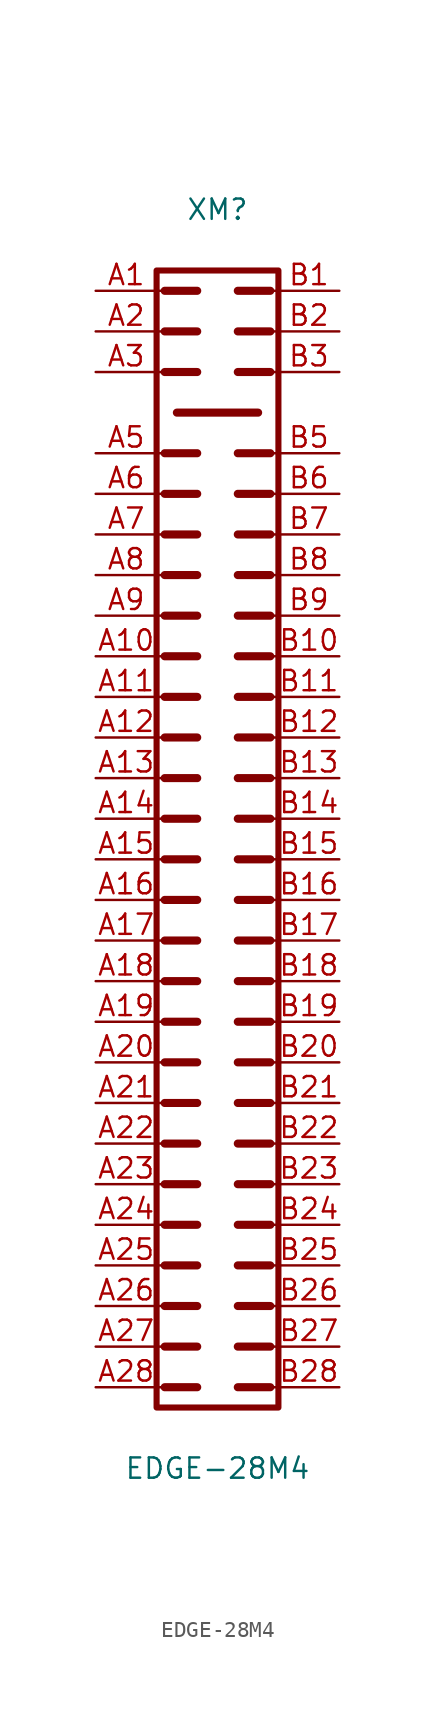
<source format=kicad_sym>
(kicad_symbol_lib
  (version 20231120)
  (generator "kicad_symbol_editor")
  (generator_version "8.0")
  (symbol "EDGE-28M4"
    (pin_names
      (offset 1.016))
    (property "Reference" "XM"
      (at 0 39.37 0)
      (effects (font (size 1.27 1.27))))
    (property "Value" "EDGE-28M4"
      (at 0 -39.37 0)
      (effects (font (size 1.27 1.27))))
    (symbol "EDGE-28M4_0_0"
      (polyline (pts (xy -2.54 26.67) (xy 2.54 26.67)) (stroke (width 0.508) (type default)) (fill (type none))))
    (symbol "EDGE-28M4_0_1"
      (rectangle (start -3.81 35.56) (end 3.81 -35.56) (stroke (width 0.381) (type default)) (fill (type none)))
      (polyline (pts (xy -3.81 -34.29) (xy -3.302 -34.29)) (stroke (width 0) (type default)) (fill (type none)))
      (polyline (pts (xy -3.81 -31.75) (xy -3.302 -31.75)) (stroke (width 0) (type default)) (fill (type none)))
      (polyline (pts (xy -3.81 -29.21) (xy -3.302 -29.21)) (stroke (width 0) (type default)) (fill (type none)))
      (polyline (pts (xy -3.81 -26.67) (xy -3.302 -26.67)) (stroke (width 0) (type default)) (fill (type none)))
      (polyline (pts (xy -3.81 -24.13) (xy -3.302 -24.13)) (stroke (width 0) (type default)) (fill (type none)))
      (polyline (pts (xy -3.81 -21.59) (xy -3.302 -21.59)) (stroke (width 0) (type default)) (fill (type none)))
      (polyline (pts (xy -3.81 -19.05) (xy -3.302 -19.05)) (stroke (width 0) (type default)) (fill (type none)))
      (polyline (pts (xy -3.81 -16.51) (xy -3.302 -16.51)) (stroke (width 0) (type default)) (fill (type none)))
      (polyline (pts (xy -3.81 -13.97) (xy -3.302 -13.97)) (stroke (width 0) (type default)) (fill (type none)))
      (polyline (pts (xy -3.81 -11.43) (xy -3.302 -11.43)) (stroke (width 0) (type default)) (fill (type none)))
      (polyline (pts (xy -3.81 -8.89) (xy -3.302 -8.89)) (stroke (width 0) (type default)) (fill (type none)))
      (polyline (pts (xy -3.81 -6.35) (xy -3.302 -6.35)) (stroke (width 0) (type default)) (fill (type none)))
      (polyline (pts (xy -3.81 -3.81) (xy -3.302 -3.81)) (stroke (width 0) (type default)) (fill (type none)))
      (polyline (pts (xy -3.81 -1.27) (xy -3.302 -1.27)) (stroke (width 0) (type default)) (fill (type none)))
      (polyline (pts (xy -3.81 1.27) (xy -3.302 1.27)) (stroke (width 0) (type default)) (fill (type none)))
      (polyline (pts (xy -3.81 3.81) (xy -3.302 3.81)) (stroke (width 0) (type default)) (fill (type none)))
      (polyline (pts (xy -3.81 6.35) (xy -3.302 6.35)) (stroke (width 0) (type default)) (fill (type none)))
      (polyline (pts (xy -3.81 8.89) (xy -3.302 8.89)) (stroke (width 0) (type default)) (fill (type none)))
      (polyline (pts (xy -3.81 11.43) (xy -3.302 11.43)) (stroke (width 0) (type default)) (fill (type none)))
      (polyline (pts (xy -3.81 13.97) (xy -3.302 13.97)) (stroke (width 0) (type default)) (fill (type none)))
      (polyline (pts (xy -3.81 16.51) (xy -3.302 16.51)) (stroke (width 0) (type default)) (fill (type none)))
      (polyline (pts (xy -3.81 19.05) (xy -3.302 19.05)) (stroke (width 0) (type default)) (fill (type none)))
      (polyline (pts (xy -3.81 21.59) (xy -3.302 21.59)) (stroke (width 0) (type default)) (fill (type none)))
      (polyline (pts (xy -3.81 24.13) (xy -3.302 24.13)) (stroke (width 0) (type default)) (fill (type none)))
      (polyline (pts (xy -3.81 29.21) (xy -3.302 29.21)) (stroke (width 0) (type default)) (fill (type none)))
      (polyline (pts (xy -3.81 31.75) (xy -3.302 31.75)) (stroke (width 0) (type default)) (fill (type none)))
      (polyline (pts (xy -3.81 34.29) (xy -3.302 34.29)) (stroke (width 0) (type default)) (fill (type none)))
      (polyline (pts (xy -3.302 -34.29) (xy -1.27 -34.29)) (stroke (width 0.508) (type default)) (fill (type none)))
      (polyline (pts (xy -3.302 -31.75) (xy -1.27 -31.75)) (stroke (width 0.508) (type default)) (fill (type none)))
      (polyline (pts (xy -3.302 -29.21) (xy -1.27 -29.21)) (stroke (width 0.508) (type default)) (fill (type none)))
      (polyline (pts (xy -3.302 -26.67) (xy -1.27 -26.67)) (stroke (width 0.508) (type default)) (fill (type none)))
      (polyline (pts (xy -3.302 -24.13) (xy -1.27 -24.13)) (stroke (width 0.508) (type default)) (fill (type none)))
      (polyline (pts (xy -3.302 -21.59) (xy -1.27 -21.59)) (stroke (width 0.508) (type default)) (fill (type none)))
      (polyline (pts (xy -3.302 -19.05) (xy -1.27 -19.05)) (stroke (width 0.508) (type default)) (fill (type none)))
      (polyline (pts (xy -3.302 -16.51) (xy -1.27 -16.51)) (stroke (width 0.508) (type default)) (fill (type none)))
      (polyline (pts (xy -3.302 -13.97) (xy -1.27 -13.97)) (stroke (width 0.508) (type default)) (fill (type none)))
      (polyline (pts (xy -3.302 -11.43) (xy -1.27 -11.43)) (stroke (width 0.508) (type default)) (fill (type none)))
      (polyline (pts (xy -3.302 -8.89) (xy -1.27 -8.89)) (stroke (width 0.508) (type default)) (fill (type none)))
      (polyline (pts (xy -3.302 -6.35) (xy -1.27 -6.35)) (stroke (width 0.508) (type default)) (fill (type none)))
      (polyline (pts (xy -3.302 -3.81) (xy -1.27 -3.81)) (stroke (width 0.508) (type default)) (fill (type none)))
      (polyline (pts (xy -3.302 -1.27) (xy -1.27 -1.27)) (stroke (width 0.508) (type default)) (fill (type none)))
      (polyline (pts (xy -3.302 1.27) (xy -1.27 1.27)) (stroke (width 0.508) (type default)) (fill (type none)))
      (polyline (pts (xy -3.302 3.81) (xy -1.27 3.81)) (stroke (width 0.508) (type default)) (fill (type none)))
      (polyline (pts (xy -3.302 6.35) (xy -1.27 6.35)) (stroke (width 0.508) (type default)) (fill (type none)))
      (polyline (pts (xy -3.302 8.89) (xy -1.27 8.89)) (stroke (width 0.508) (type default)) (fill (type none)))
      (polyline (pts (xy -3.302 11.43) (xy -1.27 11.43)) (stroke (width 0.508) (type default)) (fill (type none)))
      (polyline (pts (xy -3.302 13.97) (xy -1.27 13.97)) (stroke (width 0.508) (type default)) (fill (type none)))
      (polyline (pts (xy -3.302 16.51) (xy -1.27 16.51)) (stroke (width 0.508) (type default)) (fill (type none)))
      (polyline (pts (xy -3.302 19.05) (xy -1.27 19.05)) (stroke (width 0.508) (type default)) (fill (type none)))
      (polyline (pts (xy -3.302 21.59) (xy -1.27 21.59)) (stroke (width 0.508) (type default)) (fill (type none)))
      (polyline (pts (xy -3.302 24.13) (xy -1.27 24.13)) (stroke (width 0.508) (type default)) (fill (type none)))
      (polyline (pts (xy -3.302 29.21) (xy -1.27 29.21)) (stroke (width 0.508) (type default)) (fill (type none)))
      (polyline (pts (xy -3.302 31.75) (xy -1.27 31.75)) (stroke (width 0.508) (type default)) (fill (type none)))
      (polyline (pts (xy -3.302 34.29) (xy -1.27 34.29)) (stroke (width 0.508) (type default)) (fill (type none)))
      (polyline (pts (xy 3.302 -34.29) (xy 1.27 -34.29)) (stroke (width 0.508) (type default)) (fill (type none)))
      (polyline (pts (xy 3.302 -31.75) (xy 1.27 -31.75)) (stroke (width 0.508) (type default)) (fill (type none)))
      (polyline (pts (xy 3.302 -29.21) (xy 1.27 -29.21)) (stroke (width 0.508) (type default)) (fill (type none)))
      (polyline (pts (xy 3.302 -26.67) (xy 1.27 -26.67)) (stroke (width 0.508) (type default)) (fill (type none)))
      (polyline (pts (xy 3.302 -24.13) (xy 1.27 -24.13)) (stroke (width 0.508) (type default)) (fill (type none)))
      (polyline (pts (xy 3.302 -21.59) (xy 1.27 -21.59)) (stroke (width 0.508) (type default)) (fill (type none)))
      (polyline (pts (xy 3.302 -19.05) (xy 1.27 -19.05)) (stroke (width 0.508) (type default)) (fill (type none)))
      (polyline (pts (xy 3.302 -16.51) (xy 1.27 -16.51)) (stroke (width 0.508) (type default)) (fill (type none)))
      (polyline (pts (xy 3.302 -13.97) (xy 1.27 -13.97)) (stroke (width 0.508) (type default)) (fill (type none)))
      (polyline (pts (xy 3.302 -11.43) (xy 1.27 -11.43)) (stroke (width 0.508) (type default)) (fill (type none)))
      (polyline (pts (xy 3.302 -8.89) (xy 1.27 -8.89)) (stroke (width 0.508) (type default)) (fill (type none)))
      (polyline (pts (xy 3.302 -6.35) (xy 1.27 -6.35)) (stroke (width 0.508) (type default)) (fill (type none)))
      (polyline (pts (xy 3.302 -3.81) (xy 1.27 -3.81)) (stroke (width 0.508) (type default)) (fill (type none)))
      (polyline (pts (xy 3.302 -1.27) (xy 1.27 -1.27)) (stroke (width 0.508) (type default)) (fill (type none)))
      (polyline (pts (xy 3.302 1.27) (xy 1.27 1.27)) (stroke (width 0.508) (type default)) (fill (type none)))
      (polyline (pts (xy 3.302 3.81) (xy 1.27 3.81)) (stroke (width 0.508) (type default)) (fill (type none)))
      (polyline (pts (xy 3.302 6.35) (xy 1.27 6.35)) (stroke (width 0.508) (type default)) (fill (type none)))
      (polyline (pts (xy 3.302 8.89) (xy 1.27 8.89)) (stroke (width 0.508) (type default)) (fill (type none)))
      (polyline (pts (xy 3.302 11.43) (xy 1.27 11.43)) (stroke (width 0.508) (type default)) (fill (type none)))
      (polyline (pts (xy 3.302 13.97) (xy 1.27 13.97)) (stroke (width 0.508) (type default)) (fill (type none)))
      (polyline (pts (xy 3.302 16.51) (xy 1.27 16.51)) (stroke (width 0.508) (type default)) (fill (type none)))
      (polyline (pts (xy 3.302 19.05) (xy 1.27 19.05)) (stroke (width 0.508) (type default)) (fill (type none)))
      (polyline (pts (xy 3.302 21.59) (xy 1.27 21.59)) (stroke (width 0.508) (type default)) (fill (type none)))
      (polyline (pts (xy 3.302 24.13) (xy 1.27 24.13)) (stroke (width 0.508) (type default)) (fill (type none)))
      (polyline (pts (xy 3.302 29.21) (xy 1.27 29.21)) (stroke (width 0.508) (type default)) (fill (type none)))
      (polyline (pts (xy 3.302 31.75) (xy 1.27 31.75)) (stroke (width 0.508) (type default)) (fill (type none)))
      (polyline (pts (xy 3.302 34.29) (xy 1.27 34.29)) (stroke (width 0.508) (type default)) (fill (type none)))
      (polyline (pts (xy 3.81 -34.29) (xy 3.302 -34.29)) (stroke (width 0) (type default)) (fill (type none)))
      (polyline (pts (xy 3.81 -31.75) (xy 3.302 -31.75)) (stroke (width 0) (type default)) (fill (type none)))
      (polyline (pts (xy 3.81 -29.21) (xy 3.302 -29.21)) (stroke (width 0) (type default)) (fill (type none)))
      (polyline (pts (xy 3.81 -26.67) (xy 3.302 -26.67)) (stroke (width 0) (type default)) (fill (type none)))
      (polyline (pts (xy 3.81 -24.13) (xy 3.302 -24.13)) (stroke (width 0) (type default)) (fill (type none)))
      (polyline (pts (xy 3.81 -21.59) (xy 3.302 -21.59)) (stroke (width 0) (type default)) (fill (type none)))
      (polyline (pts (xy 3.81 -19.05) (xy 3.302 -19.05)) (stroke (width 0) (type default)) (fill (type none)))
      (polyline (pts (xy 3.81 -16.51) (xy 3.302 -16.51)) (stroke (width 0) (type default)) (fill (type none)))
      (polyline (pts (xy 3.81 -13.97) (xy 3.302 -13.97)) (stroke (width 0) (type default)) (fill (type none)))
      (polyline (pts (xy 3.81 -11.43) (xy 3.302 -11.43)) (stroke (width 0) (type default)) (fill (type none)))
      (polyline (pts (xy 3.81 -8.89) (xy 3.302 -8.89)) (stroke (width 0) (type default)) (fill (type none)))
      (polyline (pts (xy 3.81 -6.35) (xy 3.302 -6.35)) (stroke (width 0) (type default)) (fill (type none)))
      (polyline (pts (xy 3.81 -3.81) (xy 3.302 -3.81)) (stroke (width 0) (type default)) (fill (type none)))
      (polyline (pts (xy 3.81 -1.27) (xy 3.302 -1.27)) (stroke (width 0) (type default)) (fill (type none)))
      (polyline (pts (xy 3.81 1.27) (xy 3.302 1.27)) (stroke (width 0) (type default)) (fill (type none)))
      (polyline (pts (xy 3.81 3.81) (xy 3.302 3.81)) (stroke (width 0) (type default)) (fill (type none)))
      (polyline (pts (xy 3.81 6.35) (xy 3.302 6.35)) (stroke (width 0) (type default)) (fill (type none)))
      (polyline (pts (xy 3.81 8.89) (xy 3.302 8.89)) (stroke (width 0) (type default)) (fill (type none)))
      (polyline (pts (xy 3.81 11.43) (xy 3.302 11.43)) (stroke (width 0) (type default)) (fill (type none)))
      (polyline (pts (xy 3.81 13.97) (xy 3.302 13.97)) (stroke (width 0) (type default)) (fill (type none)))
      (polyline (pts (xy 3.81 16.51) (xy 3.302 16.51)) (stroke (width 0) (type default)) (fill (type none)))
      (polyline (pts (xy 3.81 19.05) (xy 3.302 19.05)) (stroke (width 0) (type default)) (fill (type none)))
      (polyline (pts (xy 3.81 21.59) (xy 3.302 21.59)) (stroke (width 0) (type default)) (fill (type none)))
      (polyline (pts (xy 3.81 24.13) (xy 3.302 24.13)) (stroke (width 0) (type default)) (fill (type none)))
      (polyline (pts (xy 3.81 29.21) (xy 3.302 29.21)) (stroke (width 0) (type default)) (fill (type none)))
      (polyline (pts (xy 3.81 31.75) (xy 3.302 31.75)) (stroke (width 0) (type default)) (fill (type none)))
      (polyline (pts (xy 3.81 34.29) (xy 3.302 34.29)) (stroke (width 0) (type default)) (fill (type none))))
    (symbol "EDGE-28M4_1_1"
      (pin passive line (at -7.62 34.29 0) (length 3.81) (name "~" (effects (font (size 1.27 1.27)))) (number "A1" (effects (font (size 1.27 1.27)))))
      (pin passive line (at -7.62 11.43 0) (length 3.81) (name "~" (effects (font (size 1.27 1.27)))) (number "A10" (effects (font (size 1.27 1.27)))))
      (pin passive line (at -7.62 8.89 0) (length 3.81) (name "~" (effects (font (size 1.27 1.27)))) (number "A11" (effects (font (size 1.27 1.27)))))
      (pin passive line (at -7.62 6.35 0) (length 3.81) (name "~" (effects (font (size 1.27 1.27)))) (number "A12" (effects (font (size 1.27 1.27)))))
      (pin passive line (at -7.62 3.81 0) (length 3.81) (name "~" (effects (font (size 1.27 1.27)))) (number "A13" (effects (font (size 1.27 1.27)))))
      (pin passive line (at -7.62 1.27 0) (length 3.81) (name "~" (effects (font (size 1.27 1.27)))) (number "A14" (effects (font (size 1.27 1.27)))))
      (pin passive line (at -7.62 -1.27 0) (length 3.81) (name "~" (effects (font (size 1.27 1.27)))) (number "A15" (effects (font (size 1.27 1.27)))))
      (pin passive line (at -7.62 -3.81 0) (length 3.81) (name "~" (effects (font (size 1.27 1.27)))) (number "A16" (effects (font (size 1.27 1.27)))))
      (pin passive line (at -7.62 -6.35 0) (length 3.81) (name "~" (effects (font (size 1.27 1.27)))) (number "A17" (effects (font (size 1.27 1.27)))))
      (pin passive line (at -7.62 -8.89 0) (length 3.81) (name "~" (effects (font (size 1.27 1.27)))) (number "A18" (effects (font (size 1.27 1.27)))))
      (pin passive line (at -7.62 -11.43 0) (length 3.81) (name "~" (effects (font (size 1.27 1.27)))) (number "A19" (effects (font (size 1.27 1.27)))))
      (pin passive line (at -7.62 31.75 0) (length 3.81) (name "~" (effects (font (size 1.27 1.27)))) (number "A2" (effects (font (size 1.27 1.27)))))
      (pin passive line (at -7.62 -13.97 0) (length 3.81) (name "~" (effects (font (size 1.27 1.27)))) (number "A20" (effects (font (size 1.27 1.27)))))
      (pin passive line (at -7.62 -16.51 0) (length 3.81) (name "~" (effects (font (size 1.27 1.27)))) (number "A21" (effects (font (size 1.27 1.27)))))
      (pin passive line (at -7.62 -19.05 0) (length 3.81) (name "~" (effects (font (size 1.27 1.27)))) (number "A22" (effects (font (size 1.27 1.27)))))
      (pin passive line (at -7.62 -21.59 0) (length 3.81) (name "~" (effects (font (size 1.27 1.27)))) (number "A23" (effects (font (size 1.27 1.27)))))
      (pin passive line (at -7.62 -24.13 0) (length 3.81) (name "~" (effects (font (size 1.27 1.27)))) (number "A24" (effects (font (size 1.27 1.27)))))
      (pin passive line (at -7.62 -26.67 0) (length 3.81) (name "~" (effects (font (size 1.27 1.27)))) (number "A25" (effects (font (size 1.27 1.27)))))
      (pin passive line (at -7.62 -29.21 0) (length 3.81) (name "~" (effects (font (size 1.27 1.27)))) (number "A26" (effects (font (size 1.27 1.27)))))
      (pin passive line (at -7.62 -31.75 0) (length 3.81) (name "~" (effects (font (size 1.27 1.27)))) (number "A27" (effects (font (size 1.27 1.27)))))
      (pin passive line (at -7.62 -34.29 0) (length 3.81) (name "~" (effects (font (size 1.27 1.27)))) (number "A28" (effects (font (size 1.27 1.27)))))
      (pin passive line (at -7.62 29.21 0) (length 3.81) (name "~" (effects (font (size 1.27 1.27)))) (number "A3" (effects (font (size 1.27 1.27)))))
      (pin passive line (at -7.62 24.13 0) (length 3.81) (name "~" (effects (font (size 1.27 1.27)))) (number "A5" (effects (font (size 1.27 1.27)))))
      (pin passive line (at -7.62 21.59 0) (length 3.81) (name "~" (effects (font (size 1.27 1.27)))) (number "A6" (effects (font (size 1.27 1.27)))))
      (pin passive line (at -7.62 19.05 0) (length 3.81) (name "~" (effects (font (size 1.27 1.27)))) (number "A7" (effects (font (size 1.27 1.27)))))
      (pin passive line (at -7.62 16.51 0) (length 3.81) (name "~" (effects (font (size 1.27 1.27)))) (number "A8" (effects (font (size 1.27 1.27)))))
      (pin passive line (at -7.62 13.97 0) (length 3.81) (name "~" (effects (font (size 1.27 1.27)))) (number "A9" (effects (font (size 1.27 1.27)))))
      (pin passive line (at 7.62 34.29 180) (length 3.81) (name "~" (effects (font (size 1.27 1.27)))) (number "B1" (effects (font (size 1.27 1.27)))))
      (pin passive line (at 7.62 11.43 180) (length 3.81) (name "~" (effects (font (size 1.27 1.27)))) (number "B10" (effects (font (size 1.27 1.27)))))
      (pin passive line (at 7.62 8.89 180) (length 3.81) (name "~" (effects (font (size 1.27 1.27)))) (number "B11" (effects (font (size 1.27 1.27)))))
      (pin passive line (at 7.62 6.35 180) (length 3.81) (name "~" (effects (font (size 1.27 1.27)))) (number "B12" (effects (font (size 1.27 1.27)))))
      (pin passive line (at 7.62 3.81 180) (length 3.81) (name "~" (effects (font (size 1.27 1.27)))) (number "B13" (effects (font (size 1.27 1.27)))))
      (pin passive line (at 7.62 1.27 180) (length 3.81) (name "~" (effects (font (size 1.27 1.27)))) (number "B14" (effects (font (size 1.27 1.27)))))
      (pin passive line (at 7.62 -1.27 180) (length 3.81) (name "~" (effects (font (size 1.27 1.27)))) (number "B15" (effects (font (size 1.27 1.27)))))
      (pin passive line (at 7.62 -3.81 180) (length 3.81) (name "~" (effects (font (size 1.27 1.27)))) (number "B16" (effects (font (size 1.27 1.27)))))
      (pin passive line (at 7.62 -6.35 180) (length 3.81) (name "~" (effects (font (size 1.27 1.27)))) (number "B17" (effects (font (size 1.27 1.27)))))
      (pin passive line (at 7.62 -8.89 180) (length 3.81) (name "~" (effects (font (size 1.27 1.27)))) (number "B18" (effects (font (size 1.27 1.27)))))
      (pin passive line (at 7.62 -11.43 180) (length 3.81) (name "~" (effects (font (size 1.27 1.27)))) (number "B19" (effects (font (size 1.27 1.27)))))
      (pin passive line (at 7.62 31.75 180) (length 3.81) (name "~" (effects (font (size 1.27 1.27)))) (number "B2" (effects (font (size 1.27 1.27)))))
      (pin passive line (at 7.62 -13.97 180) (length 3.81) (name "~" (effects (font (size 1.27 1.27)))) (number "B20" (effects (font (size 1.27 1.27)))))
      (pin passive line (at 7.62 -16.51 180) (length 3.81) (name "~" (effects (font (size 1.27 1.27)))) (number "B21" (effects (font (size 1.27 1.27)))))
      (pin passive line (at 7.62 -19.05 180) (length 3.81) (name "~" (effects (font (size 1.27 1.27)))) (number "B22" (effects (font (size 1.27 1.27)))))
      (pin passive line (at 7.62 -21.59 180) (length 3.81) (name "~" (effects (font (size 1.27 1.27)))) (number "B23" (effects (font (size 1.27 1.27)))))
      (pin passive line (at 7.62 -24.13 180) (length 3.81) (name "~" (effects (font (size 1.27 1.27)))) (number "B24" (effects (font (size 1.27 1.27)))))
      (pin passive line (at 7.62 -26.67 180) (length 3.81) (name "~" (effects (font (size 1.27 1.27)))) (number "B25" (effects (font (size 1.27 1.27)))))
      (pin passive line (at 7.62 -29.21 180) (length 3.81) (name "~" (effects (font (size 1.27 1.27)))) (number "B26" (effects (font (size 1.27 1.27)))))
      (pin passive line (at 7.62 -31.75 180) (length 3.81) (name "~" (effects (font (size 1.27 1.27)))) (number "B27" (effects (font (size 1.27 1.27)))))
      (pin passive line (at 7.62 -34.29 180) (length 3.81) (name "~" (effects (font (size 1.27 1.27)))) (number "B28" (effects (font (size 1.27 1.27)))))
      (pin passive line (at 7.62 29.21 180) (length 3.81) (name "~" (effects (font (size 1.27 1.27)))) (number "B3" (effects (font (size 1.27 1.27)))))
      (pin passive line (at 7.62 24.13 180) (length 3.81) (name "~" (effects (font (size 1.27 1.27)))) (number "B5" (effects (font (size 1.27 1.27)))))
      (pin passive line (at 7.62 21.59 180) (length 3.81) (name "~" (effects (font (size 1.27 1.27)))) (number "B6" (effects (font (size 1.27 1.27)))))
      (pin passive line (at 7.62 19.05 180) (length 3.81) (name "~" (effects (font (size 1.27 1.27)))) (number "B7" (effects (font (size 1.27 1.27)))))
      (pin passive line (at 7.62 16.51 180) (length 3.81) (name "~" (effects (font (size 1.27 1.27)))) (number "B8" (effects (font (size 1.27 1.27)))))
      (pin passive line (at 7.62 13.97 180) (length 3.81) (name "~" (effects (font (size 1.27 1.27)))) (number "B9" (effects (font (size 1.27 1.27))))))))
</source>
